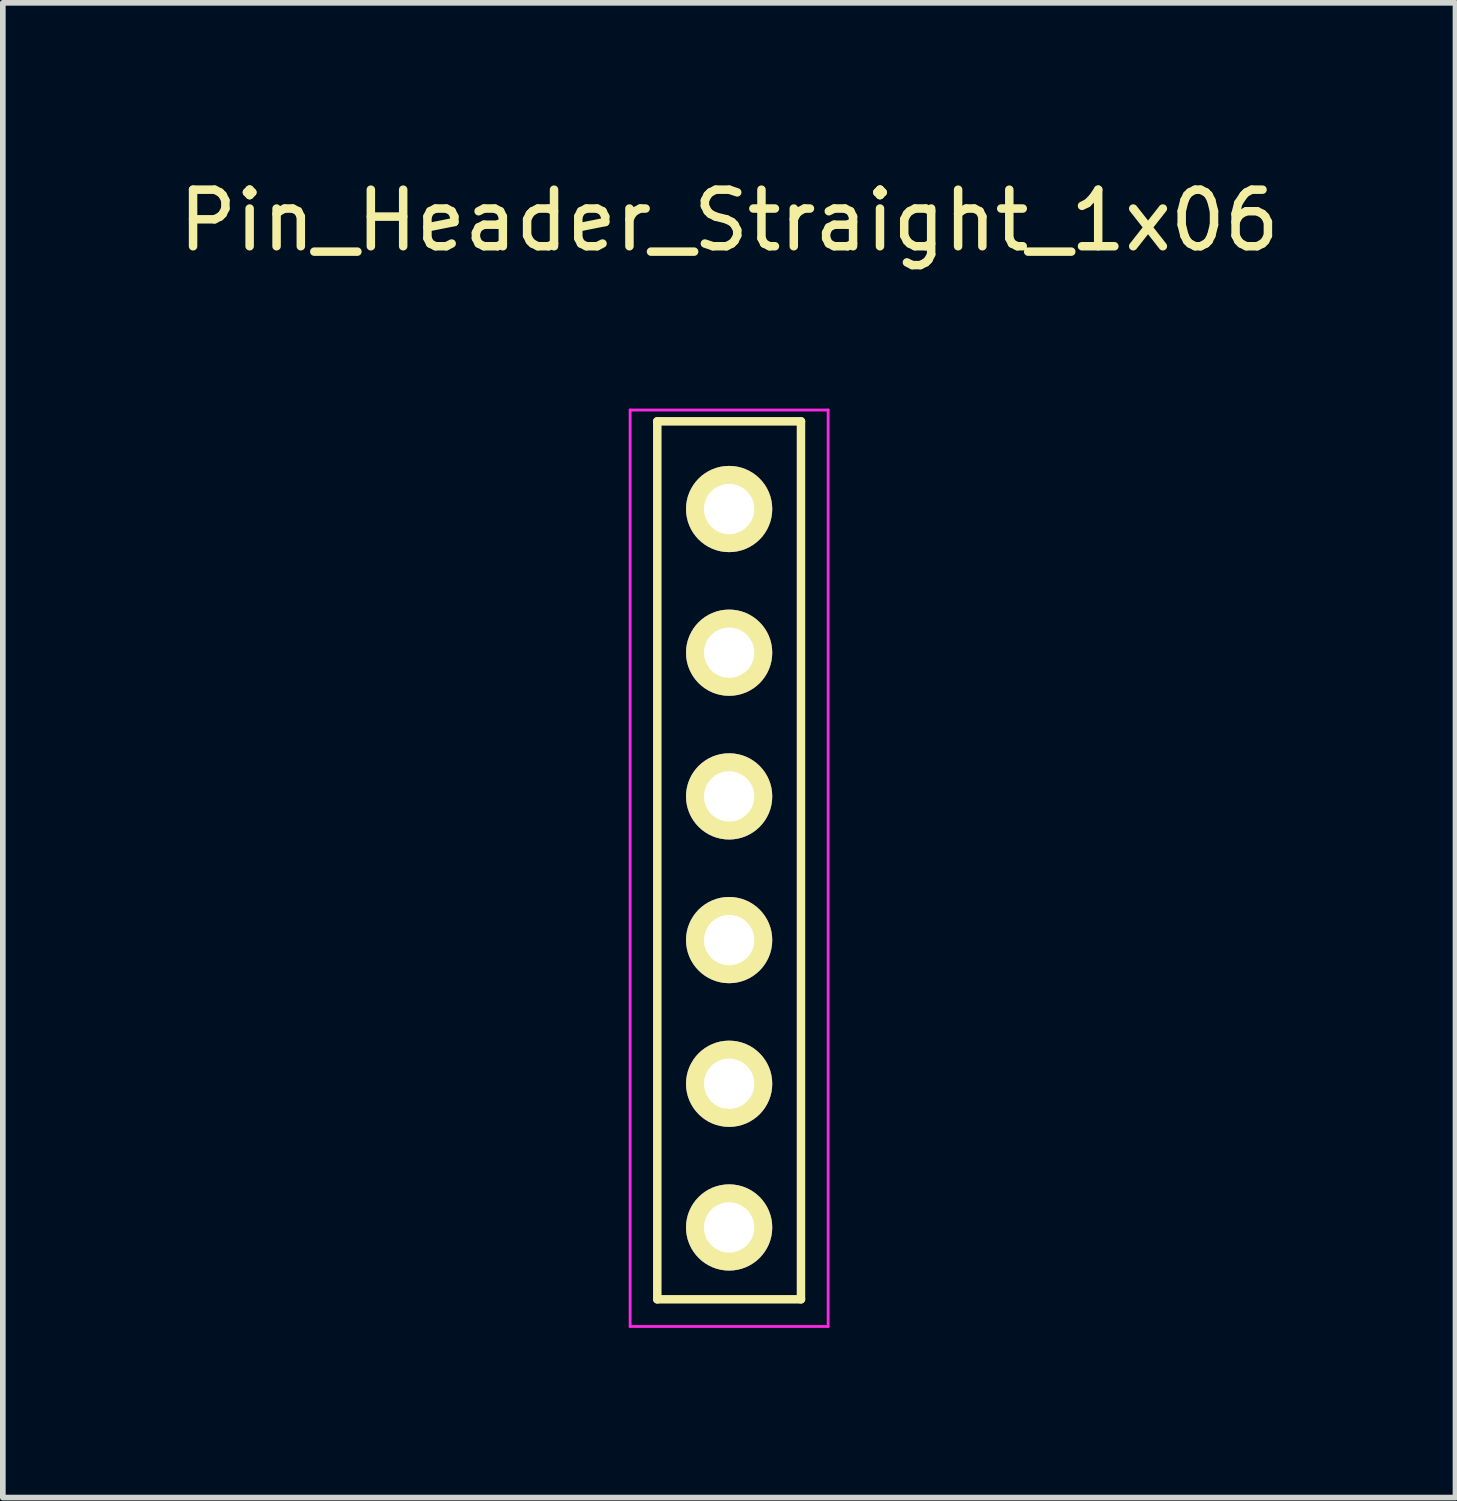
<source format=kicad_pcb>
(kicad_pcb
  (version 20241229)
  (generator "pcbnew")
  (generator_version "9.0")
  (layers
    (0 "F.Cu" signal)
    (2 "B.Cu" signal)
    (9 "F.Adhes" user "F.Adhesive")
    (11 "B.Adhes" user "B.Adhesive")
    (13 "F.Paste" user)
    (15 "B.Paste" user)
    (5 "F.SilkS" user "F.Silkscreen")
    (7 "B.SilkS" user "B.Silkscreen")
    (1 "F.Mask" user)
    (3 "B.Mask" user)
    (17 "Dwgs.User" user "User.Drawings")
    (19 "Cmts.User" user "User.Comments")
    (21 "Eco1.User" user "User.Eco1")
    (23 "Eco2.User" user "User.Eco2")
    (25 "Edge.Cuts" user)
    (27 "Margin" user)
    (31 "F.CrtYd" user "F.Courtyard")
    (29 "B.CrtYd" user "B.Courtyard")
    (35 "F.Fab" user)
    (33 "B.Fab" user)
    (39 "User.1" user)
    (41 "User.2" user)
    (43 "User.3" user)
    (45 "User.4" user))
  (footprint "Pin_Header_Straight_1x06"
    (layer "F.Cu")
    (at 9.839 5.948)
    (property "Reference" "Pin_Header_Straight_1x06" (at 0 -5.1 0) (layer "F.SilkS") (effects (font (size 1 1) (thickness 0.15))))
    (attr through_hole)
    (fp_line (start -1.27 -1.55) (end 1.27 -1.55) (stroke (width 0.15) (type solid)) (layer "F.SilkS"))
    (fp_line (start -1.27 13.97) (end -1.27 -1.55) (stroke (width 0.15) (type solid)) (layer "F.SilkS"))
    (fp_line (start 1.27 -1.55) (end 1.27 13.97) (stroke (width 0.15) (type solid)) (layer "F.SilkS"))
    (fp_line (start 1.27 13.97) (end -1.27 13.97) (stroke (width 0.15) (type solid)) (layer "F.SilkS"))
    (fp_line (start -1.75 -1.75) (end -1.75 14.45) (stroke (width 0.05) (type solid)) (layer "F.CrtYd"))
    (fp_line (start -1.75 -1.75) (end 1.75 -1.75) (stroke (width 0.05) (type solid)) (layer "F.CrtYd"))
    (fp_line (start -1.75 14.45) (end 1.75 14.45) (stroke (width 0.05) (type solid)) (layer "F.CrtYd"))
    (fp_line (start 1.75 -1.75) (end 1.75 14.45) (stroke (width 0.05) (type solid)) (layer "F.CrtYd"))
    (pad "1" thru_hole circle (at 0 0) (size 1.524 1.524) (drill 0.889) (layers "*.Cu" "*.Mask" "F.SilkS"))
    (pad "2" thru_hole circle (at 0 2.54) (size 1.524 1.524) (drill 0.889) (layers "*.Cu" "*.Mask" "F.SilkS"))
    (pad "3" thru_hole circle (at 0 5.08) (size 1.524 1.524) (drill 0.889) (layers "*.Cu" "*.Mask" "F.SilkS"))
    (pad "4" thru_hole circle (at 0 7.62) (size 1.524 1.524) (drill 0.889) (layers "*.Cu" "*.Mask" "F.SilkS"))
    (pad "5" thru_hole circle (at 0 10.16) (size 1.524 1.524) (drill 0.889) (layers "*.Cu" "*.Mask" "F.SilkS"))
    (pad "6" thru_hole circle (at 0 12.7) (size 1.524 1.524) (drill 0.889) (layers "*.Cu" "*.Mask" "F.SilkS")))
  (gr_rect
    (start -3 -3)
    (end 22.679 23.423)
    (stroke (width 0.1) (type default))
    (fill no)
    (layer "Edge.Cuts")))
</source>
